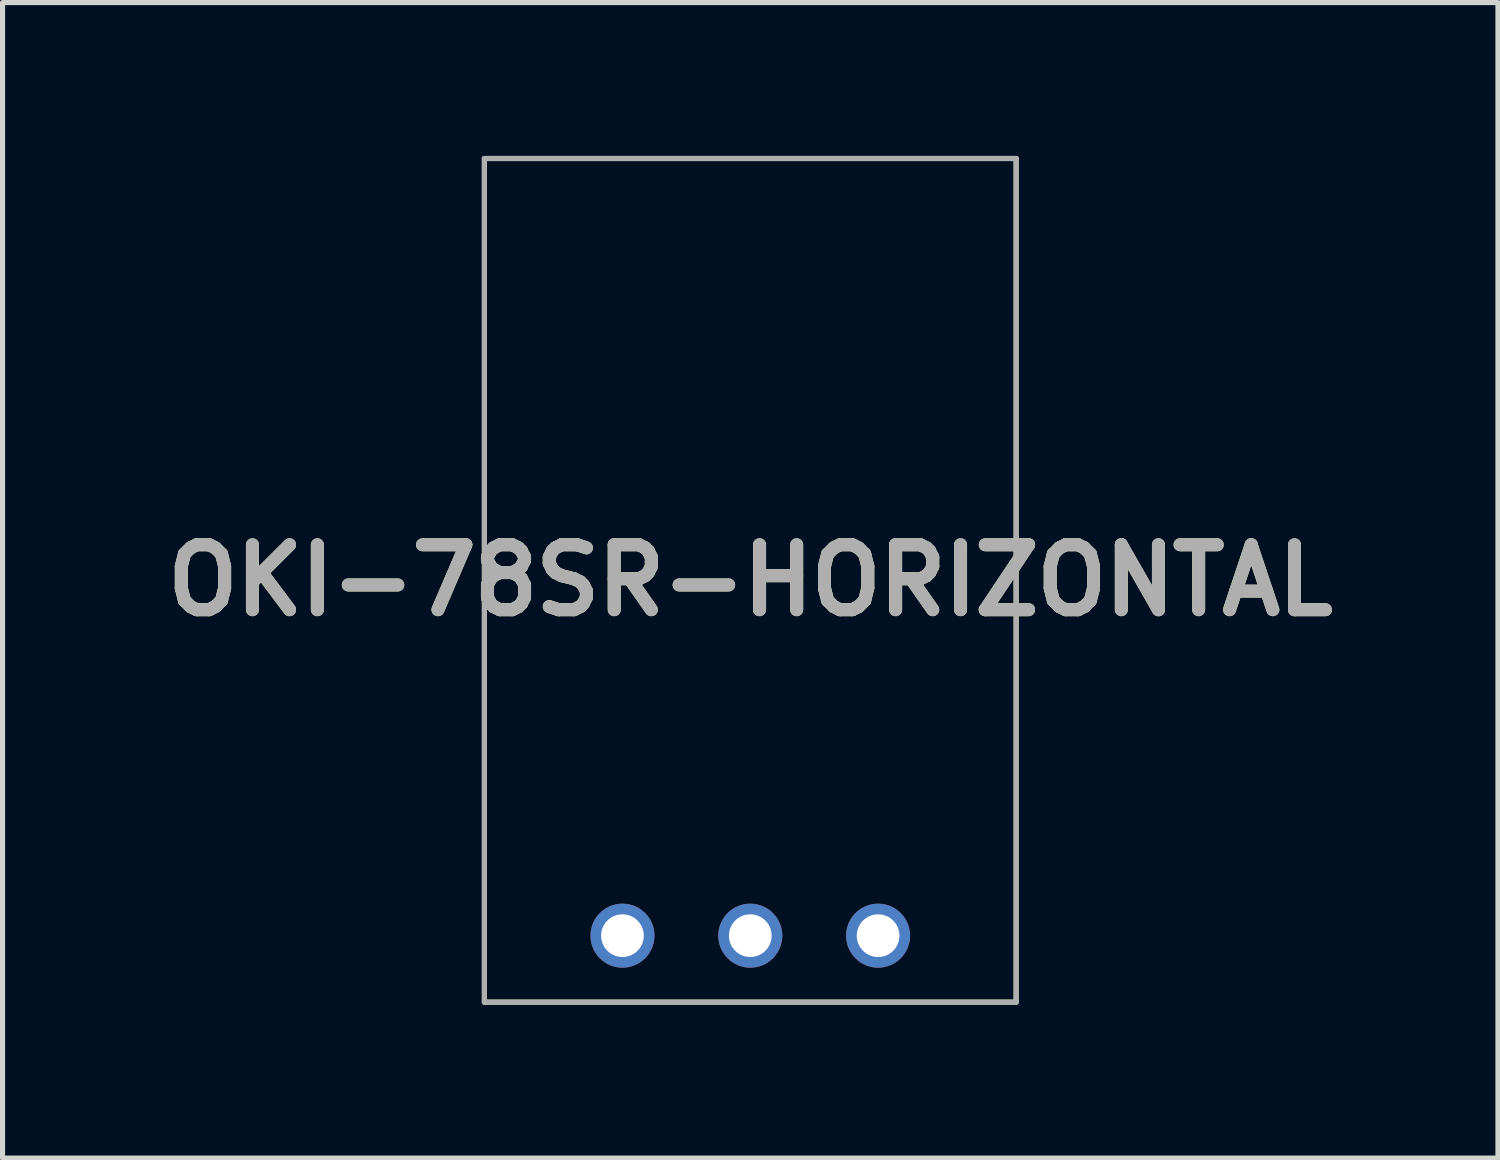
<source format=kicad_pcb>
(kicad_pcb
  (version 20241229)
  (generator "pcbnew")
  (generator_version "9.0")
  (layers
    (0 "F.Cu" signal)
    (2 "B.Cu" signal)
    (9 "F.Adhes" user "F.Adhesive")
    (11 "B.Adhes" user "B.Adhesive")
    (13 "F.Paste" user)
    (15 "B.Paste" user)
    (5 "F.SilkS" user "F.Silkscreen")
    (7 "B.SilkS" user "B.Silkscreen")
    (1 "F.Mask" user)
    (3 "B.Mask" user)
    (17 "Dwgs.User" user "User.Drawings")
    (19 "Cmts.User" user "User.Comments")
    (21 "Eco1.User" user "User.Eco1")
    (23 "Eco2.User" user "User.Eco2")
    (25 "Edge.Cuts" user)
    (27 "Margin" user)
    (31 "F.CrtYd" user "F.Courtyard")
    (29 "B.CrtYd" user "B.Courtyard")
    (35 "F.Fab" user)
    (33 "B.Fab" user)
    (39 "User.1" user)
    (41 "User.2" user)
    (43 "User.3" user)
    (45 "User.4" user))
  (footprint "OKI-78SR-HORIZONTAL"
    (layer "F.Cu")
    (at 11.624 8.3)
    (property "Reference" "OKI-78SR-HORIZONTAL" (at 0 0 0) (layer "F.SilkS") (effects (font (size 1.27 1.27) (thickness 0.254))))
    (attr through_hole)
    (fp_line (start -5.2 -8.25) (end -5.2 8.25) (stroke (width 0.1) (type solid)) (layer "F.SilkS"))
    (fp_line (start -5.2 8.25) (end 5.2 8.25) (stroke (width 0.1) (type solid)) (layer "F.SilkS"))
    (fp_line (start 5.2 -8.25) (end -5.2 -8.25) (stroke (width 0.1) (type solid)) (layer "F.SilkS"))
    (fp_line (start 5.2 8.25) (end 5.2 -8.25) (stroke (width 0.1) (type solid)) (layer "F.SilkS"))
    (fp_line (start -5.2 -8.25) (end -5.2 8.25) (stroke (width 0.1) (type solid)) (layer "F.Fab"))
    (fp_line (start -5.2 8.25) (end 5.2 8.25) (stroke (width 0.1) (type solid)) (layer "F.Fab"))
    (fp_line (start 5.2 -8.25) (end -5.2 -8.25) (stroke (width 0.1) (type solid)) (layer "F.Fab"))
    (fp_line (start 5.2 8.25) (end 5.2 -8.25) (stroke (width 0.1) (type solid)) (layer "F.Fab"))
    (fp_text user "${REFERENCE}" (at 0 0 0) (layer "F.Fab") (effects (font (size 1.27 1.27) (thickness 0.254))))
    (pad "1" thru_hole circle (at 2.5 6.95) (size 1.252 1.252) (drill 0.835) (layers "*.Cu" "*.Mask"))
    (pad "2" thru_hole circle (at 0 6.95) (size 1.252 1.252) (drill 0.835) (layers "*.Cu" "*.Mask"))
    (pad "3" thru_hole circle (at -2.5 6.95) (size 1.252 1.252) (drill 0.835) (layers "*.Cu" "*.Mask")))
  (gr_rect
    (start -3 -3)
    (end 26.247 19.6)
    (stroke (width 0.1) (type default))
    (fill no)
    (layer "Edge.Cuts")))
</source>
